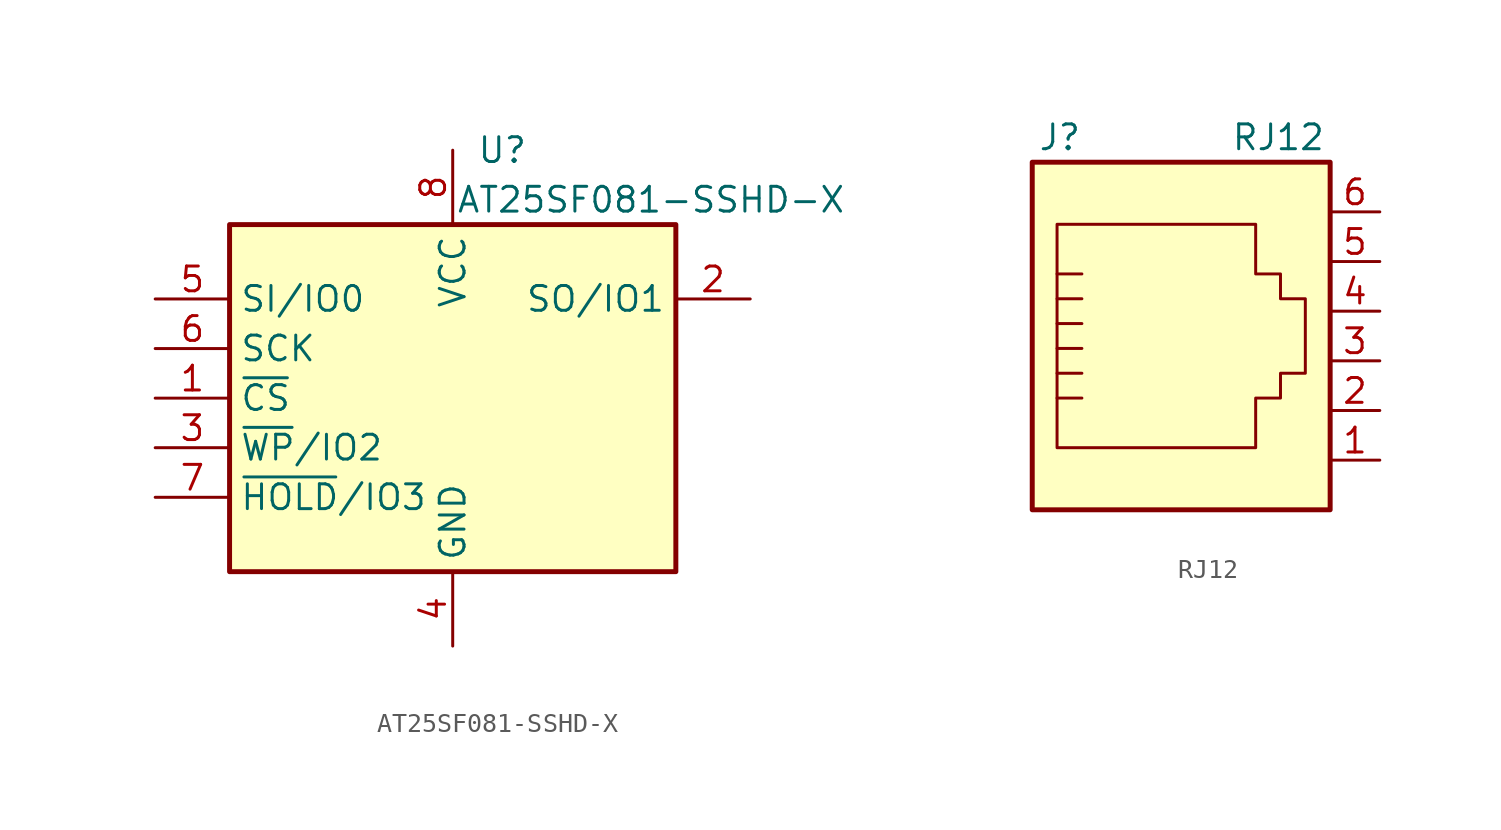
<source format=kicad_sym>
(kicad_symbol_lib
  (version 20220914)
  (generator kicad_symbol_editor)
  (symbol "AT25SF081-SSHD-X"
    (property "Reference" "U"
      (at 2.54 12.7 0)
      (effects (font (size 1.27 1.27))))
    (property "Value" "AT25SF081-SSHD-X"
      (at 10.16 10.16 0)
      (effects (font (size 1.27 1.27))))
    (symbol "AT25SF081-SSHD-X_1_1"
      (rectangle (start -11.43 8.89) (end 11.43 -8.89) (stroke (width 0.254) (type default)) (fill (type background)))
      (pin input line (at -15.24 0 0) (length 3.81) (name "~{CS}" (effects (font (size 1.27 1.27)))) (number "1" (effects (font (size 1.27 1.27)))))
      (pin bidirectional line (at 15.24 5.08 180) (length 3.81) (name "SO/IO1" (effects (font (size 1.27 1.27)))) (number "2" (effects (font (size 1.27 1.27)))))
      (pin bidirectional line (at -15.24 -2.54 0) (length 3.81) (name "~{WP}/IO2" (effects (font (size 1.27 1.27)))) (number "3" (effects (font (size 1.27 1.27)))))
      (pin power_in line (at 0 -12.7 90) (length 3.81) (name "GND" (effects (font (size 1.27 1.27)))) (number "4" (effects (font (size 1.27 1.27)))))
      (pin bidirectional line (at -15.24 5.08 0) (length 3.81) (name "SI/IO0" (effects (font (size 1.27 1.27)))) (number "5" (effects (font (size 1.27 1.27)))))
      (pin input line (at -15.24 2.54 0) (length 3.81) (name "SCK" (effects (font (size 1.27 1.27)))) (number "6" (effects (font (size 1.27 1.27)))))
      (pin bidirectional line (at -15.24 -5.08 0) (length 3.81) (name "~{HOLD}/IO3" (effects (font (size 1.27 1.27)))) (number "7" (effects (font (size 1.27 1.27)))))
      (pin power_in line (at 0 12.7 270) (length 3.81) (name "VCC" (effects (font (size 1.27 1.27)))) (number "8" (effects (font (size 1.27 1.27)))))))
  (symbol "RJ12"
    (pin_names
      (offset 1.016))
    (property "Reference" "J"
      (at -5.08 11.43 0)
      (effects (font (size 1.27 1.27)) (justify right)))
    (property "Value" "RJ12"
      (at 2.54 11.43 0)
      (effects (font (size 1.27 1.27)) (justify left)))
    (symbol "RJ12_0_1"
      (polyline (pts (xy -6.35 -1.905) (xy -5.08 -1.905) (xy -5.08 -1.905)) (stroke (width 0) (type default)) (fill (type none)))
      (polyline (pts (xy -6.35 -0.635) (xy -5.08 -0.635) (xy -5.08 -0.635)) (stroke (width 0) (type default)) (fill (type none)))
      (polyline (pts (xy -6.35 0.635) (xy -5.08 0.635) (xy -5.08 0.635)) (stroke (width 0) (type default)) (fill (type none)))
      (polyline (pts (xy -6.35 1.905) (xy -5.08 1.905) (xy -5.08 1.905)) (stroke (width 0) (type default)) (fill (type none)))
      (polyline (pts (xy -6.35 3.175) (xy -5.08 3.175) (xy -5.08 3.175)) (stroke (width 0) (type default)) (fill (type none)))
      (polyline (pts (xy -5.08 4.445) (xy -6.35 4.445) (xy -6.35 4.445)) (stroke (width 0) (type default)) (fill (type none)))
      (polyline (pts (xy -6.35 -4.445) (xy -6.35 6.985) (xy 3.81 6.985) (xy 3.81 4.445) (xy 5.08 4.445) (xy 5.08 3.175) (xy 6.35 3.175) (xy 6.35 -0.635) (xy 5.08 -0.635) (xy 5.08 -1.905) (xy 3.81 -1.905) (xy 3.81 -4.445) (xy -6.35 -4.445) (xy -6.35 -4.445)) (stroke (width 0) (type default)) (fill (type none)))
      (rectangle (start 7.62 10.16) (end -7.62 -7.62) (stroke (width 0.254) (type default)) (fill (type background))))
    (symbol "RJ12_1_1"
      (pin passive line (at 10.16 -5.08 180) (length 2.54) (name "~" (effects (font (size 1.27 1.27)))) (number "1" (effects (font (size 1.27 1.27)))))
      (pin passive line (at 10.16 -2.54 180) (length 2.54) (name "~" (effects (font (size 1.27 1.27)))) (number "2" (effects (font (size 1.27 1.27)))))
      (pin passive line (at 10.16 0 180) (length 2.54) (name "~" (effects (font (size 1.27 1.27)))) (number "3" (effects (font (size 1.27 1.27)))))
      (pin passive line (at 10.16 2.54 180) (length 2.54) (name "~" (effects (font (size 1.27 1.27)))) (number "4" (effects (font (size 1.27 1.27)))))
      (pin passive line (at 10.16 5.08 180) (length 2.54) (name "~" (effects (font (size 1.27 1.27)))) (number "5" (effects (font (size 1.27 1.27)))))
      (pin passive line (at 10.16 7.62 180) (length 2.54) (name "~" (effects (font (size 1.27 1.27)))) (number "6" (effects (font (size 1.27 1.27))))))))
</source>
